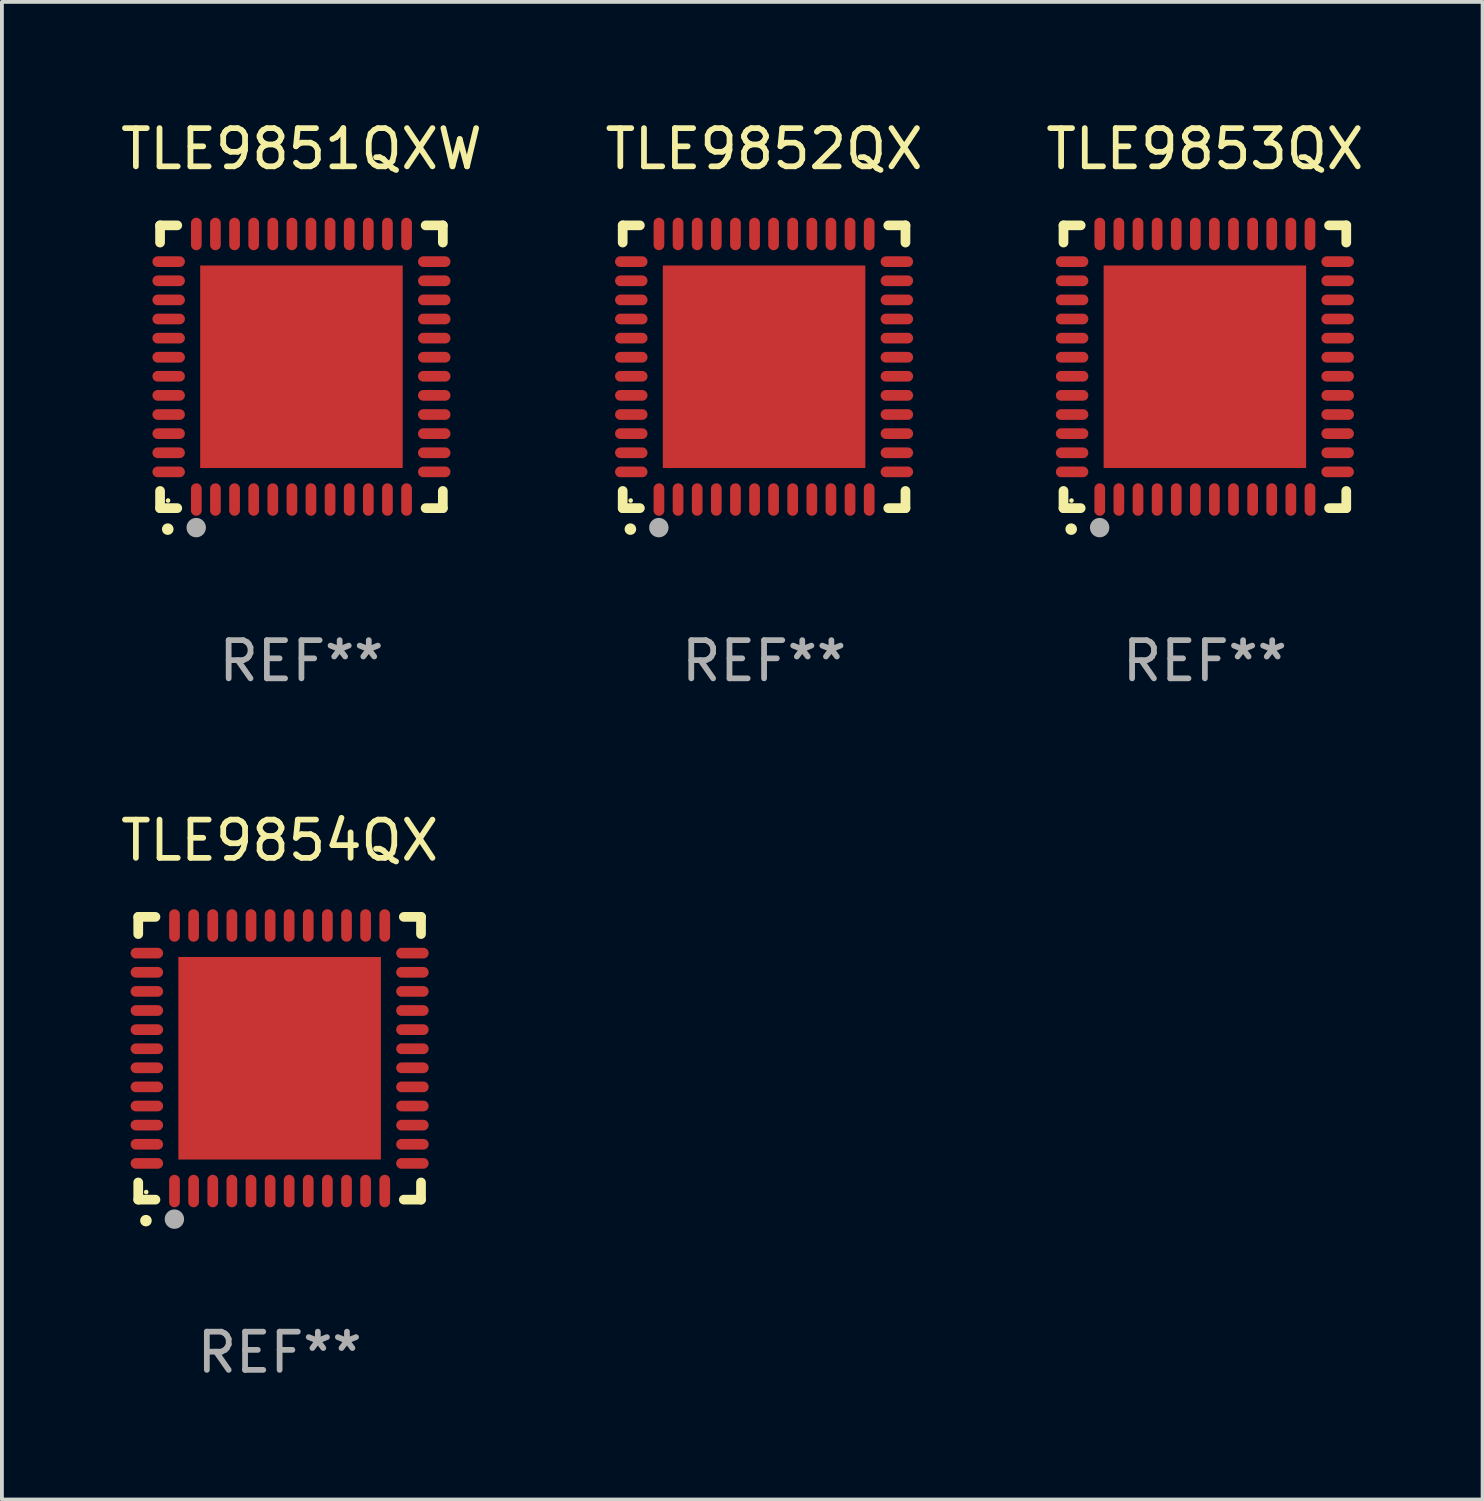
<source format=kicad_pcb>
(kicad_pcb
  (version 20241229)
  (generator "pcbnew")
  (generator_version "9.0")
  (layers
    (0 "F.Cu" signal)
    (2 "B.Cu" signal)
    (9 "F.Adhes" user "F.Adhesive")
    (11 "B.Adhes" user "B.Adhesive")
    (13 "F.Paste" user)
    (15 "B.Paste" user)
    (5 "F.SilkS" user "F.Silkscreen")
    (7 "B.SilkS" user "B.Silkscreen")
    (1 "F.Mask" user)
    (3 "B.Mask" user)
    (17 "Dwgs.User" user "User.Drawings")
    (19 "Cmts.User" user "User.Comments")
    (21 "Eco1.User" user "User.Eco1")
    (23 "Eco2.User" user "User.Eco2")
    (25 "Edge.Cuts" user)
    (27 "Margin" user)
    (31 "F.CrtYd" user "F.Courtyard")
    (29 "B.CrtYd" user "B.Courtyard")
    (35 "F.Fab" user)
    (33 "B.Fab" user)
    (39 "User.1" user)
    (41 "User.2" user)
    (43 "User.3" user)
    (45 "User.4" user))
  (footprint "TLE9851QXW"
    (layer "F.Cu")
    (at 4.839 6.548)
    (property "Reference" "TLE9851QXW" (at 0 -5.7 0) (layer "F.SilkS") (effects (font (size 1 1) (thickness 0.15))))
    (attr through_hole)
    (fp_line (start -3.7 -3.7) (end -3.25 -3.7) (stroke (width 0.254) (type solid)) (layer "F.SilkS"))
    (fp_line (start -3.7 -3.25) (end -3.7 -3.7) (stroke (width 0.254) (type solid)) (layer "F.SilkS"))
    (fp_line (start -3.7 3.7) (end -3.7 3.25) (stroke (width 0.254) (type solid)) (layer "F.SilkS"))
    (fp_line (start -3.25 3.7) (end -3.7 3.7) (stroke (width 0.254) (type solid)) (layer "F.SilkS"))
    (fp_line (start 3.25 3.7) (end 3.7 3.7) (stroke (width 0.254) (type solid)) (layer "F.SilkS"))
    (fp_line (start 3.7 -3.7) (end 3.25 -3.7) (stroke (width 0.254) (type solid)) (layer "F.SilkS"))
    (fp_line (start 3.7 -3.25) (end 3.7 -3.7) (stroke (width 0.254) (type solid)) (layer "F.SilkS"))
    (fp_line (start 3.7 3.7) (end 3.7 3.25) (stroke (width 0.254) (type solid)) (layer "F.SilkS"))
    (fp_arc (start -3.500127 4.249428) (mid -3.498857 4.249423) (end -3.497587 4.249428) (stroke (width 0.3) (type solid)) (layer "F.SilkS"))
    (fp_circle (center -3.491 3.501) (end -3.461 3.501) (stroke (width 0.06) (type solid)) (fill no) (layer "F.SilkS"))
    (fp_circle (center -2.754 4.21) (end -2.627 4.21) (stroke (width 0.254) (type solid)) (fill no) (layer "F.Fab"))
    (fp_text user "REF**" (at 0 7.7 0) (layer "F.Fab") (effects (font (size 1 1) (thickness 0.15))))
    (pad "1" smd oval (at -2.751 3.475) (size 0.28 0.85) (layers "F.Cu" "F.Mask" "F.Paste"))
    (pad "2" smd oval (at -2.251 3.475) (size 0.28 0.85) (layers "F.Cu" "F.Mask" "F.Paste"))
    (pad "3" smd oval (at -1.75 3.475) (size 0.28 0.85) (layers "F.Cu" "F.Mask" "F.Paste"))
    (pad "4" smd oval (at -1.25 3.475) (size 0.28 0.85) (layers "F.Cu" "F.Mask" "F.Paste"))
    (pad "5" smd oval (at -0.749 3.475) (size 0.28 0.85) (layers "F.Cu" "F.Mask" "F.Paste"))
    (pad "6" smd oval (at -0.249 3.475) (size 0.28 0.85) (layers "F.Cu" "F.Mask" "F.Paste"))
    (pad "7" smd oval (at 0.249 3.475) (size 0.28 0.85) (layers "F.Cu" "F.Mask" "F.Paste"))
    (pad "8" smd oval (at 0.749 3.475) (size 0.28 0.85) (layers "F.Cu" "F.Mask" "F.Paste"))
    (pad "9" smd oval (at 1.25 3.475) (size 0.28 0.85) (layers "F.Cu" "F.Mask" "F.Paste"))
    (pad "10" smd oval (at 1.75 3.475) (size 0.28 0.85) (layers "F.Cu" "F.Mask" "F.Paste"))
    (pad "11" smd oval (at 2.25 3.475) (size 0.28 0.85) (layers "F.Cu" "F.Mask" "F.Paste"))
    (pad "12" smd oval (at 2.751 3.475) (size 0.28 0.85) (layers "F.Cu" "F.Mask" "F.Paste"))
    (pad "13" smd oval (at 3.475 2.751) (size 0.85 0.28) (layers "F.Cu" "F.Mask" "F.Paste"))
    (pad "14" smd oval (at 3.475 2.251) (size 0.85 0.28) (layers "F.Cu" "F.Mask" "F.Paste"))
    (pad "15" smd oval (at 3.475 1.75) (size 0.85 0.28) (layers "F.Cu" "F.Mask" "F.Paste"))
    (pad "16" smd oval (at 3.475 1.25) (size 0.85 0.28) (layers "F.Cu" "F.Mask" "F.Paste"))
    (pad "17" smd oval (at 3.475 0.749) (size 0.85 0.28) (layers "F.Cu" "F.Mask" "F.Paste"))
    (pad "18" smd oval (at 3.475 0.249) (size 0.85 0.28) (layers "F.Cu" "F.Mask" "F.Paste"))
    (pad "19" smd oval (at 3.475 -0.249) (size 0.85 0.28) (layers "F.Cu" "F.Mask" "F.Paste"))
    (pad "20" smd oval (at 3.475 -0.749) (size 0.85 0.28) (layers "F.Cu" "F.Mask" "F.Paste"))
    (pad "21" smd oval (at 3.475 -1.25) (size 0.85 0.28) (layers "F.Cu" "F.Mask" "F.Paste"))
    (pad "22" smd oval (at 3.475 -1.75) (size 0.85 0.28) (layers "F.Cu" "F.Mask" "F.Paste"))
    (pad "23" smd oval (at 3.475 -2.25) (size 0.85 0.28) (layers "F.Cu" "F.Mask" "F.Paste"))
    (pad "24" smd oval (at 3.475 -2.751) (size 0.85 0.28) (layers "F.Cu" "F.Mask" "F.Paste"))
    (pad "25" smd oval (at 2.751 -3.475) (size 0.28 0.85) (layers "F.Cu" "F.Mask" "F.Paste"))
    (pad "26" smd oval (at 2.25 -3.475) (size 0.28 0.85) (layers "F.Cu" "F.Mask" "F.Paste"))
    (pad "27" smd oval (at 1.75 -3.475) (size 0.28 0.85) (layers "F.Cu" "F.Mask" "F.Paste"))
    (pad "28" smd oval (at 1.25 -3.475) (size 0.28 0.85) (layers "F.Cu" "F.Mask" "F.Paste"))
    (pad "29" smd oval (at 0.749 -3.475) (size 0.28 0.85) (layers "F.Cu" "F.Mask" "F.Paste"))
    (pad "30" smd oval (at 0.249 -3.475) (size 0.28 0.85) (layers "F.Cu" "F.Mask" "F.Paste"))
    (pad "31" smd oval (at -0.249 -3.475) (size 0.28 0.85) (layers "F.Cu" "F.Mask" "F.Paste"))
    (pad "32" smd oval (at -0.749 -3.475) (size 0.28 0.85) (layers "F.Cu" "F.Mask" "F.Paste"))
    (pad "33" smd oval (at -1.25 -3.475) (size 0.28 0.85) (layers "F.Cu" "F.Mask" "F.Paste"))
    (pad "34" smd oval (at -1.75 -3.475) (size 0.28 0.85) (layers "F.Cu" "F.Mask" "F.Paste"))
    (pad "35" smd oval (at -2.251 -3.475) (size 0.28 0.85) (layers "F.Cu" "F.Mask" "F.Paste"))
    (pad "36" smd oval (at -2.751 -3.475) (size 0.28 0.85) (layers "F.Cu" "F.Mask" "F.Paste"))
    (pad "37" smd oval (at -3.475 -2.751) (size 0.85 0.28) (layers "F.Cu" "F.Mask" "F.Paste"))
    (pad "38" smd oval (at -3.475 -2.25) (size 0.85 0.28) (layers "F.Cu" "F.Mask" "F.Paste"))
    (pad "39" smd oval (at -3.475 -1.75) (size 0.85 0.28) (layers "F.Cu" "F.Mask" "F.Paste"))
    (pad "40" smd oval (at -3.475 -1.25) (size 0.85 0.28) (layers "F.Cu" "F.Mask" "F.Paste"))
    (pad "41" smd oval (at -3.475 -0.749) (size 0.85 0.28) (layers "F.Cu" "F.Mask" "F.Paste"))
    (pad "42" smd oval (at -3.475 -0.249) (size 0.85 0.28) (layers "F.Cu" "F.Mask" "F.Paste"))
    (pad "43" smd oval (at -3.475 0.249) (size 0.85 0.28) (layers "F.Cu" "F.Mask" "F.Paste"))
    (pad "44" smd oval (at -3.475 0.749) (size 0.85 0.28) (layers "F.Cu" "F.Mask" "F.Paste"))
    (pad "45" smd oval (at -3.475 1.25) (size 0.85 0.28) (layers "F.Cu" "F.Mask" "F.Paste"))
    (pad "46" smd oval (at -3.475 1.75) (size 0.85 0.28) (layers "F.Cu" "F.Mask" "F.Paste"))
    (pad "47" smd oval (at -3.475 2.251) (size 0.85 0.28) (layers "F.Cu" "F.Mask" "F.Paste"))
    (pad "48" smd oval (at -3.475 2.751) (size 0.85 0.28) (layers "F.Cu" "F.Mask" "F.Paste"))
    (pad "49" smd rect (at -0.000102 0.000102) (size 5.3 5.3) (layers "F.Cu" "F.Mask" "F.Paste")))
  (footprint "TLE9853QX"
    (layer "F.Cu")
    (at 28.482 6.548)
    (property "Reference" "TLE9853QX" (at 0 -5.7 0) (layer "F.SilkS") (effects (font (size 1 1) (thickness 0.15))))
    (attr through_hole)
    (fp_line (start -3.7 -3.7) (end -3.25 -3.7) (stroke (width 0.254) (type solid)) (layer "F.SilkS"))
    (fp_line (start -3.7 -3.25) (end -3.7 -3.7) (stroke (width 0.254) (type solid)) (layer "F.SilkS"))
    (fp_line (start -3.7 3.7) (end -3.7 3.25) (stroke (width 0.254) (type solid)) (layer "F.SilkS"))
    (fp_line (start -3.25 3.7) (end -3.7 3.7) (stroke (width 0.254) (type solid)) (layer "F.SilkS"))
    (fp_line (start 3.25 3.7) (end 3.7 3.7) (stroke (width 0.254) (type solid)) (layer "F.SilkS"))
    (fp_line (start 3.7 -3.7) (end 3.25 -3.7) (stroke (width 0.254) (type solid)) (layer "F.SilkS"))
    (fp_line (start 3.7 -3.25) (end 3.7 -3.7) (stroke (width 0.254) (type solid)) (layer "F.SilkS"))
    (fp_line (start 3.7 3.7) (end 3.7 3.25) (stroke (width 0.254) (type solid)) (layer "F.SilkS"))
    (fp_arc (start -3.500127 4.249428) (mid -3.498857 4.249423) (end -3.497587 4.249428) (stroke (width 0.3) (type solid)) (layer "F.SilkS"))
    (fp_circle (center -3.491 3.501) (end -3.461 3.501) (stroke (width 0.06) (type solid)) (fill no) (layer "F.SilkS"))
    (fp_circle (center -2.754 4.21) (end -2.627 4.21) (stroke (width 0.254) (type solid)) (fill no) (layer "F.Fab"))
    (fp_text user "REF**" (at 0 7.7 0) (layer "F.Fab") (effects (font (size 1 1) (thickness 0.15))))
    (pad "1" smd oval (at -2.751 3.475) (size 0.28 0.85) (layers "F.Cu" "F.Mask" "F.Paste"))
    (pad "2" smd oval (at -2.251 3.475) (size 0.28 0.85) (layers "F.Cu" "F.Mask" "F.Paste"))
    (pad "3" smd oval (at -1.75 3.475) (size 0.28 0.85) (layers "F.Cu" "F.Mask" "F.Paste"))
    (pad "4" smd oval (at -1.25 3.475) (size 0.28 0.85) (layers "F.Cu" "F.Mask" "F.Paste"))
    (pad "5" smd oval (at -0.749 3.475) (size 0.28 0.85) (layers "F.Cu" "F.Mask" "F.Paste"))
    (pad "6" smd oval (at -0.249 3.475) (size 0.28 0.85) (layers "F.Cu" "F.Mask" "F.Paste"))
    (pad "7" smd oval (at 0.249 3.475) (size 0.28 0.85) (layers "F.Cu" "F.Mask" "F.Paste"))
    (pad "8" smd oval (at 0.749 3.475) (size 0.28 0.85) (layers "F.Cu" "F.Mask" "F.Paste"))
    (pad "9" smd oval (at 1.25 3.475) (size 0.28 0.85) (layers "F.Cu" "F.Mask" "F.Paste"))
    (pad "10" smd oval (at 1.75 3.475) (size 0.28 0.85) (layers "F.Cu" "F.Mask" "F.Paste"))
    (pad "11" smd oval (at 2.25 3.475) (size 0.28 0.85) (layers "F.Cu" "F.Mask" "F.Paste"))
    (pad "12" smd oval (at 2.751 3.475) (size 0.28 0.85) (layers "F.Cu" "F.Mask" "F.Paste"))
    (pad "13" smd oval (at 3.475 2.751) (size 0.85 0.28) (layers "F.Cu" "F.Mask" "F.Paste"))
    (pad "14" smd oval (at 3.475 2.251) (size 0.85 0.28) (layers "F.Cu" "F.Mask" "F.Paste"))
    (pad "15" smd oval (at 3.475 1.75) (size 0.85 0.28) (layers "F.Cu" "F.Mask" "F.Paste"))
    (pad "16" smd oval (at 3.475 1.25) (size 0.85 0.28) (layers "F.Cu" "F.Mask" "F.Paste"))
    (pad "17" smd oval (at 3.475 0.749) (size 0.85 0.28) (layers "F.Cu" "F.Mask" "F.Paste"))
    (pad "18" smd oval (at 3.475 0.249) (size 0.85 0.28) (layers "F.Cu" "F.Mask" "F.Paste"))
    (pad "19" smd oval (at 3.475 -0.249) (size 0.85 0.28) (layers "F.Cu" "F.Mask" "F.Paste"))
    (pad "20" smd oval (at 3.475 -0.749) (size 0.85 0.28) (layers "F.Cu" "F.Mask" "F.Paste"))
    (pad "21" smd oval (at 3.475 -1.25) (size 0.85 0.28) (layers "F.Cu" "F.Mask" "F.Paste"))
    (pad "22" smd oval (at 3.475 -1.75) (size 0.85 0.28) (layers "F.Cu" "F.Mask" "F.Paste"))
    (pad "23" smd oval (at 3.475 -2.25) (size 0.85 0.28) (layers "F.Cu" "F.Mask" "F.Paste"))
    (pad "24" smd oval (at 3.475 -2.751) (size 0.85 0.28) (layers "F.Cu" "F.Mask" "F.Paste"))
    (pad "25" smd oval (at 2.751 -3.475) (size 0.28 0.85) (layers "F.Cu" "F.Mask" "F.Paste"))
    (pad "26" smd oval (at 2.25 -3.475) (size 0.28 0.85) (layers "F.Cu" "F.Mask" "F.Paste"))
    (pad "27" smd oval (at 1.75 -3.475) (size 0.28 0.85) (layers "F.Cu" "F.Mask" "F.Paste"))
    (pad "28" smd oval (at 1.25 -3.475) (size 0.28 0.85) (layers "F.Cu" "F.Mask" "F.Paste"))
    (pad "29" smd oval (at 0.749 -3.475) (size 0.28 0.85) (layers "F.Cu" "F.Mask" "F.Paste"))
    (pad "30" smd oval (at 0.249 -3.475) (size 0.28 0.85) (layers "F.Cu" "F.Mask" "F.Paste"))
    (pad "31" smd oval (at -0.249 -3.475) (size 0.28 0.85) (layers "F.Cu" "F.Mask" "F.Paste"))
    (pad "32" smd oval (at -0.749 -3.475) (size 0.28 0.85) (layers "F.Cu" "F.Mask" "F.Paste"))
    (pad "33" smd oval (at -1.25 -3.475) (size 0.28 0.85) (layers "F.Cu" "F.Mask" "F.Paste"))
    (pad "34" smd oval (at -1.75 -3.475) (size 0.28 0.85) (layers "F.Cu" "F.Mask" "F.Paste"))
    (pad "35" smd oval (at -2.251 -3.475) (size 0.28 0.85) (layers "F.Cu" "F.Mask" "F.Paste"))
    (pad "36" smd oval (at -2.751 -3.475) (size 0.28 0.85) (layers "F.Cu" "F.Mask" "F.Paste"))
    (pad "37" smd oval (at -3.475 -2.751) (size 0.85 0.28) (layers "F.Cu" "F.Mask" "F.Paste"))
    (pad "38" smd oval (at -3.475 -2.25) (size 0.85 0.28) (layers "F.Cu" "F.Mask" "F.Paste"))
    (pad "39" smd oval (at -3.475 -1.75) (size 0.85 0.28) (layers "F.Cu" "F.Mask" "F.Paste"))
    (pad "40" smd oval (at -3.475 -1.25) (size 0.85 0.28) (layers "F.Cu" "F.Mask" "F.Paste"))
    (pad "41" smd oval (at -3.475 -0.749) (size 0.85 0.28) (layers "F.Cu" "F.Mask" "F.Paste"))
    (pad "42" smd oval (at -3.475 -0.249) (size 0.85 0.28) (layers "F.Cu" "F.Mask" "F.Paste"))
    (pad "43" smd oval (at -3.475 0.249) (size 0.85 0.28) (layers "F.Cu" "F.Mask" "F.Paste"))
    (pad "44" smd oval (at -3.475 0.749) (size 0.85 0.28) (layers "F.Cu" "F.Mask" "F.Paste"))
    (pad "45" smd oval (at -3.475 1.25) (size 0.85 0.28) (layers "F.Cu" "F.Mask" "F.Paste"))
    (pad "46" smd oval (at -3.475 1.75) (size 0.85 0.28) (layers "F.Cu" "F.Mask" "F.Paste"))
    (pad "47" smd oval (at -3.475 2.251) (size 0.85 0.28) (layers "F.Cu" "F.Mask" "F.Paste"))
    (pad "48" smd oval (at -3.475 2.751) (size 0.85 0.28) (layers "F.Cu" "F.Mask" "F.Paste"))
    (pad "49" smd rect (at -0.000102 0.000102) (size 5.3 5.3) (layers "F.Cu" "F.Mask" "F.Paste")))
  (footprint "TLE9854QX"
    (layer "F.Cu")
    (at 4.268 24.645)
    (property "Reference" "TLE9854QX" (at 0 -5.7 0) (layer "F.SilkS") (effects (font (size 1 1) (thickness 0.15))))
    (attr through_hole)
    (fp_line (start -3.7 -3.7) (end -3.25 -3.7) (stroke (width 0.254) (type solid)) (layer "F.SilkS"))
    (fp_line (start -3.7 -3.25) (end -3.7 -3.7) (stroke (width 0.254) (type solid)) (layer "F.SilkS"))
    (fp_line (start -3.7 3.7) (end -3.7 3.25) (stroke (width 0.254) (type solid)) (layer "F.SilkS"))
    (fp_line (start -3.25 3.7) (end -3.7 3.7) (stroke (width 0.254) (type solid)) (layer "F.SilkS"))
    (fp_line (start 3.25 3.7) (end 3.7 3.7) (stroke (width 0.254) (type solid)) (layer "F.SilkS"))
    (fp_line (start 3.7 -3.7) (end 3.25 -3.7) (stroke (width 0.254) (type solid)) (layer "F.SilkS"))
    (fp_line (start 3.7 -3.25) (end 3.7 -3.7) (stroke (width 0.254) (type solid)) (layer "F.SilkS"))
    (fp_line (start 3.7 3.7) (end 3.7 3.25) (stroke (width 0.254) (type solid)) (layer "F.SilkS"))
    (fp_arc (start -3.500127 4.249428) (mid -3.498857 4.249423) (end -3.497587 4.249428) (stroke (width 0.3) (type solid)) (layer "F.SilkS"))
    (fp_circle (center -3.491 3.501) (end -3.461 3.501) (stroke (width 0.06) (type solid)) (fill no) (layer "F.SilkS"))
    (fp_circle (center -2.754 4.21) (end -2.627 4.21) (stroke (width 0.254) (type solid)) (fill no) (layer "F.Fab"))
    (fp_text user "REF**" (at 0 7.7 0) (layer "F.Fab") (effects (font (size 1 1) (thickness 0.15))))
    (pad "1" smd oval (at -2.751 3.475) (size 0.28 0.85) (layers "F.Cu" "F.Mask" "F.Paste"))
    (pad "2" smd oval (at -2.251 3.475) (size 0.28 0.85) (layers "F.Cu" "F.Mask" "F.Paste"))
    (pad "3" smd oval (at -1.75 3.475) (size 0.28 0.85) (layers "F.Cu" "F.Mask" "F.Paste"))
    (pad "4" smd oval (at -1.25 3.475) (size 0.28 0.85) (layers "F.Cu" "F.Mask" "F.Paste"))
    (pad "5" smd oval (at -0.749 3.475) (size 0.28 0.85) (layers "F.Cu" "F.Mask" "F.Paste"))
    (pad "6" smd oval (at -0.249 3.475) (size 0.28 0.85) (layers "F.Cu" "F.Mask" "F.Paste"))
    (pad "7" smd oval (at 0.249 3.475) (size 0.28 0.85) (layers "F.Cu" "F.Mask" "F.Paste"))
    (pad "8" smd oval (at 0.749 3.475) (size 0.28 0.85) (layers "F.Cu" "F.Mask" "F.Paste"))
    (pad "9" smd oval (at 1.25 3.475) (size 0.28 0.85) (layers "F.Cu" "F.Mask" "F.Paste"))
    (pad "10" smd oval (at 1.75 3.475) (size 0.28 0.85) (layers "F.Cu" "F.Mask" "F.Paste"))
    (pad "11" smd oval (at 2.25 3.475) (size 0.28 0.85) (layers "F.Cu" "F.Mask" "F.Paste"))
    (pad "12" smd oval (at 2.751 3.475) (size 0.28 0.85) (layers "F.Cu" "F.Mask" "F.Paste"))
    (pad "13" smd oval (at 3.475 2.751) (size 0.85 0.28) (layers "F.Cu" "F.Mask" "F.Paste"))
    (pad "14" smd oval (at 3.475 2.251) (size 0.85 0.28) (layers "F.Cu" "F.Mask" "F.Paste"))
    (pad "15" smd oval (at 3.475 1.75) (size 0.85 0.28) (layers "F.Cu" "F.Mask" "F.Paste"))
    (pad "16" smd oval (at 3.475 1.25) (size 0.85 0.28) (layers "F.Cu" "F.Mask" "F.Paste"))
    (pad "17" smd oval (at 3.475 0.749) (size 0.85 0.28) (layers "F.Cu" "F.Mask" "F.Paste"))
    (pad "18" smd oval (at 3.475 0.249) (size 0.85 0.28) (layers "F.Cu" "F.Mask" "F.Paste"))
    (pad "19" smd oval (at 3.475 -0.249) (size 0.85 0.28) (layers "F.Cu" "F.Mask" "F.Paste"))
    (pad "20" smd oval (at 3.475 -0.749) (size 0.85 0.28) (layers "F.Cu" "F.Mask" "F.Paste"))
    (pad "21" smd oval (at 3.475 -1.25) (size 0.85 0.28) (layers "F.Cu" "F.Mask" "F.Paste"))
    (pad "22" smd oval (at 3.475 -1.75) (size 0.85 0.28) (layers "F.Cu" "F.Mask" "F.Paste"))
    (pad "23" smd oval (at 3.475 -2.25) (size 0.85 0.28) (layers "F.Cu" "F.Mask" "F.Paste"))
    (pad "24" smd oval (at 3.475 -2.751) (size 0.85 0.28) (layers "F.Cu" "F.Mask" "F.Paste"))
    (pad "25" smd oval (at 2.751 -3.475) (size 0.28 0.85) (layers "F.Cu" "F.Mask" "F.Paste"))
    (pad "26" smd oval (at 2.25 -3.475) (size 0.28 0.85) (layers "F.Cu" "F.Mask" "F.Paste"))
    (pad "27" smd oval (at 1.75 -3.475) (size 0.28 0.85) (layers "F.Cu" "F.Mask" "F.Paste"))
    (pad "28" smd oval (at 1.25 -3.475) (size 0.28 0.85) (layers "F.Cu" "F.Mask" "F.Paste"))
    (pad "29" smd oval (at 0.749 -3.475) (size 0.28 0.85) (layers "F.Cu" "F.Mask" "F.Paste"))
    (pad "30" smd oval (at 0.249 -3.475) (size 0.28 0.85) (layers "F.Cu" "F.Mask" "F.Paste"))
    (pad "31" smd oval (at -0.249 -3.475) (size 0.28 0.85) (layers "F.Cu" "F.Mask" "F.Paste"))
    (pad "32" smd oval (at -0.749 -3.475) (size 0.28 0.85) (layers "F.Cu" "F.Mask" "F.Paste"))
    (pad "33" smd oval (at -1.25 -3.475) (size 0.28 0.85) (layers "F.Cu" "F.Mask" "F.Paste"))
    (pad "34" smd oval (at -1.75 -3.475) (size 0.28 0.85) (layers "F.Cu" "F.Mask" "F.Paste"))
    (pad "35" smd oval (at -2.251 -3.475) (size 0.28 0.85) (layers "F.Cu" "F.Mask" "F.Paste"))
    (pad "36" smd oval (at -2.751 -3.475) (size 0.28 0.85) (layers "F.Cu" "F.Mask" "F.Paste"))
    (pad "37" smd oval (at -3.475 -2.751) (size 0.85 0.28) (layers "F.Cu" "F.Mask" "F.Paste"))
    (pad "38" smd oval (at -3.475 -2.25) (size 0.85 0.28) (layers "F.Cu" "F.Mask" "F.Paste"))
    (pad "39" smd oval (at -3.475 -1.75) (size 0.85 0.28) (layers "F.Cu" "F.Mask" "F.Paste"))
    (pad "40" smd oval (at -3.475 -1.25) (size 0.85 0.28) (layers "F.Cu" "F.Mask" "F.Paste"))
    (pad "41" smd oval (at -3.475 -0.749) (size 0.85 0.28) (layers "F.Cu" "F.Mask" "F.Paste"))
    (pad "42" smd oval (at -3.475 -0.249) (size 0.85 0.28) (layers "F.Cu" "F.Mask" "F.Paste"))
    (pad "43" smd oval (at -3.475 0.249) (size 0.85 0.28) (layers "F.Cu" "F.Mask" "F.Paste"))
    (pad "44" smd oval (at -3.475 0.749) (size 0.85 0.28) (layers "F.Cu" "F.Mask" "F.Paste"))
    (pad "45" smd oval (at -3.475 1.25) (size 0.85 0.28) (layers "F.Cu" "F.Mask" "F.Paste"))
    (pad "46" smd oval (at -3.475 1.75) (size 0.85 0.28) (layers "F.Cu" "F.Mask" "F.Paste"))
    (pad "47" smd oval (at -3.475 2.251) (size 0.85 0.28) (layers "F.Cu" "F.Mask" "F.Paste"))
    (pad "48" smd oval (at -3.475 2.751) (size 0.85 0.28) (layers "F.Cu" "F.Mask" "F.Paste"))
    (pad "49" smd rect (at -0.000102 0.000102) (size 5.3 5.3) (layers "F.Cu" "F.Mask" "F.Paste")))
  (footprint "TLE9852QX"
    (layer "F.Cu")
    (at 16.946 6.548)
    (property "Reference" "TLE9852QX" (at 0 -5.7 0) (layer "F.SilkS") (effects (font (size 1 1) (thickness 0.15))))
    (attr through_hole)
    (fp_line (start -3.7 -3.7) (end -3.25 -3.7) (stroke (width 0.254) (type solid)) (layer "F.SilkS"))
    (fp_line (start -3.7 -3.25) (end -3.7 -3.7) (stroke (width 0.254) (type solid)) (layer "F.SilkS"))
    (fp_line (start -3.7 3.7) (end -3.7 3.25) (stroke (width 0.254) (type solid)) (layer "F.SilkS"))
    (fp_line (start -3.25 3.7) (end -3.7 3.7) (stroke (width 0.254) (type solid)) (layer "F.SilkS"))
    (fp_line (start 3.25 3.7) (end 3.7 3.7) (stroke (width 0.254) (type solid)) (layer "F.SilkS"))
    (fp_line (start 3.7 -3.7) (end 3.25 -3.7) (stroke (width 0.254) (type solid)) (layer "F.SilkS"))
    (fp_line (start 3.7 -3.25) (end 3.7 -3.7) (stroke (width 0.254) (type solid)) (layer "F.SilkS"))
    (fp_line (start 3.7 3.7) (end 3.7 3.25) (stroke (width 0.254) (type solid)) (layer "F.SilkS"))
    (fp_arc (start -3.500127 4.249428) (mid -3.498857 4.249423) (end -3.497587 4.249428) (stroke (width 0.3) (type solid)) (layer "F.SilkS"))
    (fp_circle (center -3.491 3.501) (end -3.461 3.501) (stroke (width 0.06) (type solid)) (fill no) (layer "F.SilkS"))
    (fp_circle (center -2.754 4.21) (end -2.627 4.21) (stroke (width 0.254) (type solid)) (fill no) (layer "F.Fab"))
    (fp_text user "REF**" (at 0 7.7 0) (layer "F.Fab") (effects (font (size 1 1) (thickness 0.15))))
    (pad "1" smd oval (at -2.751 3.475) (size 0.28 0.85) (layers "F.Cu" "F.Mask" "F.Paste"))
    (pad "2" smd oval (at -2.251 3.475) (size 0.28 0.85) (layers "F.Cu" "F.Mask" "F.Paste"))
    (pad "3" smd oval (at -1.75 3.475) (size 0.28 0.85) (layers "F.Cu" "F.Mask" "F.Paste"))
    (pad "4" smd oval (at -1.25 3.475) (size 0.28 0.85) (layers "F.Cu" "F.Mask" "F.Paste"))
    (pad "5" smd oval (at -0.749 3.475) (size 0.28 0.85) (layers "F.Cu" "F.Mask" "F.Paste"))
    (pad "6" smd oval (at -0.249 3.475) (size 0.28 0.85) (layers "F.Cu" "F.Mask" "F.Paste"))
    (pad "7" smd oval (at 0.249 3.475) (size 0.28 0.85) (layers "F.Cu" "F.Mask" "F.Paste"))
    (pad "8" smd oval (at 0.749 3.475) (size 0.28 0.85) (layers "F.Cu" "F.Mask" "F.Paste"))
    (pad "9" smd oval (at 1.25 3.475) (size 0.28 0.85) (layers "F.Cu" "F.Mask" "F.Paste"))
    (pad "10" smd oval (at 1.75 3.475) (size 0.28 0.85) (layers "F.Cu" "F.Mask" "F.Paste"))
    (pad "11" smd oval (at 2.25 3.475) (size 0.28 0.85) (layers "F.Cu" "F.Mask" "F.Paste"))
    (pad "12" smd oval (at 2.751 3.475) (size 0.28 0.85) (layers "F.Cu" "F.Mask" "F.Paste"))
    (pad "13" smd oval (at 3.475 2.751) (size 0.85 0.28) (layers "F.Cu" "F.Mask" "F.Paste"))
    (pad "14" smd oval (at 3.475 2.251) (size 0.85 0.28) (layers "F.Cu" "F.Mask" "F.Paste"))
    (pad "15" smd oval (at 3.475 1.75) (size 0.85 0.28) (layers "F.Cu" "F.Mask" "F.Paste"))
    (pad "16" smd oval (at 3.475 1.25) (size 0.85 0.28) (layers "F.Cu" "F.Mask" "F.Paste"))
    (pad "17" smd oval (at 3.475 0.749) (size 0.85 0.28) (layers "F.Cu" "F.Mask" "F.Paste"))
    (pad "18" smd oval (at 3.475 0.249) (size 0.85 0.28) (layers "F.Cu" "F.Mask" "F.Paste"))
    (pad "19" smd oval (at 3.475 -0.249) (size 0.85 0.28) (layers "F.Cu" "F.Mask" "F.Paste"))
    (pad "20" smd oval (at 3.475 -0.749) (size 0.85 0.28) (layers "F.Cu" "F.Mask" "F.Paste"))
    (pad "21" smd oval (at 3.475 -1.25) (size 0.85 0.28) (layers "F.Cu" "F.Mask" "F.Paste"))
    (pad "22" smd oval (at 3.475 -1.75) (size 0.85 0.28) (layers "F.Cu" "F.Mask" "F.Paste"))
    (pad "23" smd oval (at 3.475 -2.25) (size 0.85 0.28) (layers "F.Cu" "F.Mask" "F.Paste"))
    (pad "24" smd oval (at 3.475 -2.751) (size 0.85 0.28) (layers "F.Cu" "F.Mask" "F.Paste"))
    (pad "25" smd oval (at 2.751 -3.475) (size 0.28 0.85) (layers "F.Cu" "F.Mask" "F.Paste"))
    (pad "26" smd oval (at 2.25 -3.475) (size 0.28 0.85) (layers "F.Cu" "F.Mask" "F.Paste"))
    (pad "27" smd oval (at 1.75 -3.475) (size 0.28 0.85) (layers "F.Cu" "F.Mask" "F.Paste"))
    (pad "28" smd oval (at 1.25 -3.475) (size 0.28 0.85) (layers "F.Cu" "F.Mask" "F.Paste"))
    (pad "29" smd oval (at 0.749 -3.475) (size 0.28 0.85) (layers "F.Cu" "F.Mask" "F.Paste"))
    (pad "30" smd oval (at 0.249 -3.475) (size 0.28 0.85) (layers "F.Cu" "F.Mask" "F.Paste"))
    (pad "31" smd oval (at -0.249 -3.475) (size 0.28 0.85) (layers "F.Cu" "F.Mask" "F.Paste"))
    (pad "32" smd oval (at -0.749 -3.475) (size 0.28 0.85) (layers "F.Cu" "F.Mask" "F.Paste"))
    (pad "33" smd oval (at -1.25 -3.475) (size 0.28 0.85) (layers "F.Cu" "F.Mask" "F.Paste"))
    (pad "34" smd oval (at -1.75 -3.475) (size 0.28 0.85) (layers "F.Cu" "F.Mask" "F.Paste"))
    (pad "35" smd oval (at -2.251 -3.475) (size 0.28 0.85) (layers "F.Cu" "F.Mask" "F.Paste"))
    (pad "36" smd oval (at -2.751 -3.475) (size 0.28 0.85) (layers "F.Cu" "F.Mask" "F.Paste"))
    (pad "37" smd oval (at -3.475 -2.751) (size 0.85 0.28) (layers "F.Cu" "F.Mask" "F.Paste"))
    (pad "38" smd oval (at -3.475 -2.25) (size 0.85 0.28) (layers "F.Cu" "F.Mask" "F.Paste"))
    (pad "39" smd oval (at -3.475 -1.75) (size 0.85 0.28) (layers "F.Cu" "F.Mask" "F.Paste"))
    (pad "40" smd oval (at -3.475 -1.25) (size 0.85 0.28) (layers "F.Cu" "F.Mask" "F.Paste"))
    (pad "41" smd oval (at -3.475 -0.749) (size 0.85 0.28) (layers "F.Cu" "F.Mask" "F.Paste"))
    (pad "42" smd oval (at -3.475 -0.249) (size 0.85 0.28) (layers "F.Cu" "F.Mask" "F.Paste"))
    (pad "43" smd oval (at -3.475 0.249) (size 0.85 0.28) (layers "F.Cu" "F.Mask" "F.Paste"))
    (pad "44" smd oval (at -3.475 0.749) (size 0.85 0.28) (layers "F.Cu" "F.Mask" "F.Paste"))
    (pad "45" smd oval (at -3.475 1.25) (size 0.85 0.28) (layers "F.Cu" "F.Mask" "F.Paste"))
    (pad "46" smd oval (at -3.475 1.75) (size 0.85 0.28) (layers "F.Cu" "F.Mask" "F.Paste"))
    (pad "47" smd oval (at -3.475 2.251) (size 0.85 0.28) (layers "F.Cu" "F.Mask" "F.Paste"))
    (pad "48" smd oval (at -3.475 2.751) (size 0.85 0.28) (layers "F.Cu" "F.Mask" "F.Paste"))
    (pad "49" smd rect (at -0.000102 0.000102) (size 5.3 5.3) (layers "F.Cu" "F.Mask" "F.Paste")))
  (gr_rect
    (start -3 -3)
    (end 35.75 36.193)
    (stroke (width 0.1) (type default))
    (fill no)
    (layer "Edge.Cuts")))
</source>
